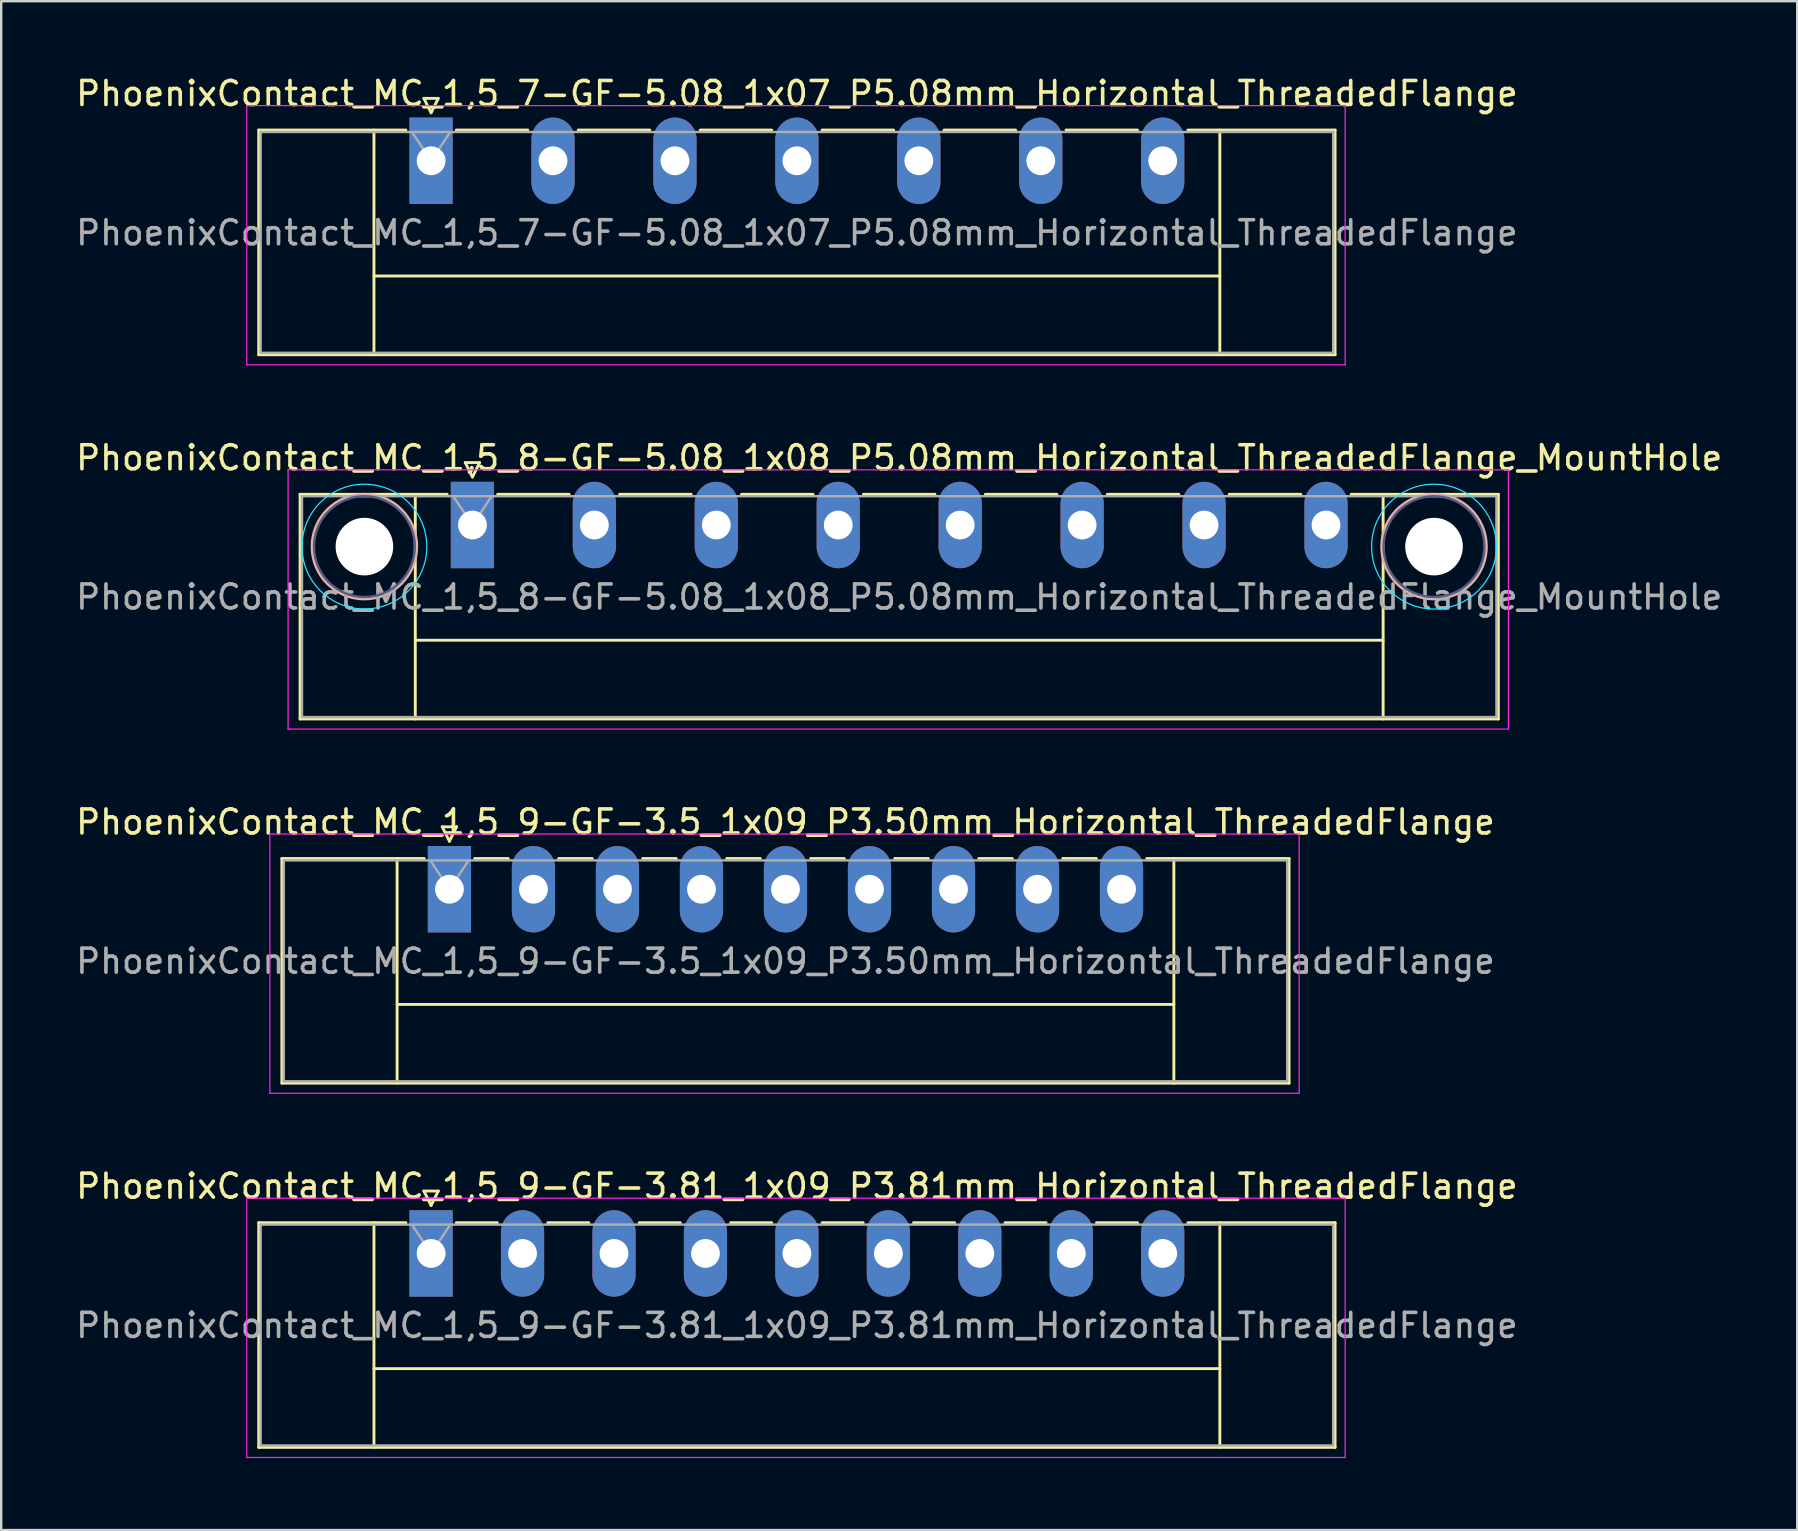
<source format=kicad_pcb>
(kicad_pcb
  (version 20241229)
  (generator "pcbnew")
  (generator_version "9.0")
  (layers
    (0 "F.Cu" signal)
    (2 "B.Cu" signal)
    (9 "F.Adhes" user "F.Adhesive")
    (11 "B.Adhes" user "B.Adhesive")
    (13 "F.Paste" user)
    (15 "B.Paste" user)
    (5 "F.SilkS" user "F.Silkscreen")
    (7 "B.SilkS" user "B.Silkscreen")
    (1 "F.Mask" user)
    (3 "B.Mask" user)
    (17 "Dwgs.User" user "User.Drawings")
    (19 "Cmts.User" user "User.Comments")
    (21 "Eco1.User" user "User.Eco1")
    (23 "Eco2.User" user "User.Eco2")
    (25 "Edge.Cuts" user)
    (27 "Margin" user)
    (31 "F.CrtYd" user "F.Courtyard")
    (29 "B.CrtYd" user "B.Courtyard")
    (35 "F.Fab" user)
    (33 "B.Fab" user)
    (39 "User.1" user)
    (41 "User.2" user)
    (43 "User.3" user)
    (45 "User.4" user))
  (footprint "PhoenixContact_MC_1,5_7-GF-5.08_1x07_P5.08mm_Horizontal_ThreadedFlange"
    (layer "F.Cu")
    (at 14.909 3.648)
    (property "Reference" "PhoenixContact_MC_1,5_7-GF-5.08_1x07_P5.08mm_Horizontal_ThreadedFlange" (at 15.24 -2.8 0) (layer "F.SilkS") (effects (font (size 1 1) (thickness 0.15))))
    (attr through_hole)
    (fp_line (start -7.18 -1.28) (end -7.18 8.08) (stroke (width 0.12) (type solid)) (layer "F.SilkS"))
    (fp_line (start -7.18 -1.28) (end -1.05 -1.28) (stroke (width 0.12) (type solid)) (layer "F.SilkS"))
    (fp_line (start -7.18 8.08) (end 37.66 8.08) (stroke (width 0.12) (type solid)) (layer "F.SilkS"))
    (fp_line (start -2.38 -1.28) (end -2.38 8.08) (stroke (width 0.12) (type solid)) (layer "F.SilkS"))
    (fp_line (start -2.38 4.8) (end 32.86 4.8) (stroke (width 0.12) (type solid)) (layer "F.SilkS"))
    (fp_line (start -0.3 -2.6) (end 0.3 -2.6) (stroke (width 0.12) (type solid)) (layer "F.SilkS"))
    (fp_line (start 0 -2) (end -0.3 -2.6) (stroke (width 0.12) (type solid)) (layer "F.SilkS"))
    (fp_line (start 0.3 -2.6) (end 0 -2) (stroke (width 0.12) (type solid)) (layer "F.SilkS"))
    (fp_line (start 1.05 -1.28) (end 4.03 -1.28) (stroke (width 0.12) (type solid)) (layer "F.SilkS"))
    (fp_line (start 6.13 -1.28) (end 9.11 -1.28) (stroke (width 0.12) (type solid)) (layer "F.SilkS"))
    (fp_line (start 11.21 -1.28) (end 14.19 -1.28) (stroke (width 0.12) (type solid)) (layer "F.SilkS"))
    (fp_line (start 16.29 -1.28) (end 19.27 -1.28) (stroke (width 0.12) (type solid)) (layer "F.SilkS"))
    (fp_line (start 21.37 -1.28) (end 24.35 -1.28) (stroke (width 0.12) (type solid)) (layer "F.SilkS"))
    (fp_line (start 26.45 -1.28) (end 29.43 -1.28) (stroke (width 0.12) (type solid)) (layer "F.SilkS"))
    (fp_line (start 32.86 -1.28) (end 32.86 8.08) (stroke (width 0.12) (type solid)) (layer "F.SilkS"))
    (fp_line (start 37.66 -1.28) (end 31.53 -1.28) (stroke (width 0.12) (type solid)) (layer "F.SilkS"))
    (fp_line (start 37.66 8.08) (end 37.66 -1.28) (stroke (width 0.12) (type solid)) (layer "F.SilkS"))
    (fp_line (start -7.68 -2.3) (end -7.68 8.5) (stroke (width 0.05) (type solid)) (layer "F.CrtYd"))
    (fp_line (start -7.68 8.5) (end 38.08 8.5) (stroke (width 0.05) (type solid)) (layer "F.CrtYd"))
    (fp_line (start 38.08 -2.3) (end -7.68 -2.3) (stroke (width 0.05) (type solid)) (layer "F.CrtYd"))
    (fp_line (start 38.08 8.5) (end 38.08 -2.3) (stroke (width 0.05) (type solid)) (layer "F.CrtYd"))
    (fp_line (start -7.1 -1.2) (end -7.1 8) (stroke (width 0.1) (type solid)) (layer "F.Fab"))
    (fp_line (start -7.1 8) (end 37.58 8) (stroke (width 0.1) (type solid)) (layer "F.Fab"))
    (fp_line (start 0 0) (end -0.8 -1.2) (stroke (width 0.1) (type solid)) (layer "F.Fab"))
    (fp_line (start 0.8 -1.2) (end 0 0) (stroke (width 0.1) (type solid)) (layer "F.Fab"))
    (fp_line (start 37.58 -1.2) (end -7.1 -1.2) (stroke (width 0.1) (type solid)) (layer "F.Fab"))
    (fp_line (start 37.58 8) (end 37.58 -1.2) (stroke (width 0.1) (type solid)) (layer "F.Fab"))
    (fp_text user "${REFERENCE}" (at 15.24 3 0) (layer "F.Fab") (effects (font (size 1 1) (thickness 0.15))))
    (pad "1" thru_hole rect (at 0 0) (size 1.8 3.6) (drill 1.2) (layers "*.Cu" "*.Mask"))
    (pad "2" thru_hole oval (at 5.08 0) (size 1.8 3.6) (drill 1.2) (layers "*.Cu" "*.Mask"))
    (pad "3" thru_hole oval (at 10.16 0) (size 1.8 3.6) (drill 1.2) (layers "*.Cu" "*.Mask"))
    (pad "4" thru_hole oval (at 15.24 0) (size 1.8 3.6) (drill 1.2) (layers "*.Cu" "*.Mask"))
    (pad "5" thru_hole oval (at 20.32 0) (size 1.8 3.6) (drill 1.2) (layers "*.Cu" "*.Mask"))
    (pad "6" thru_hole oval (at 25.4 0) (size 1.8 3.6) (drill 1.2) (layers "*.Cu" "*.Mask"))
    (pad "7" thru_hole oval (at 30.48 0) (size 1.8 3.6) (drill 1.2) (layers "*.Cu" "*.Mask")))
  (footprint "PhoenixContact_MC_1,5_9-GF-3.81_1x09_P3.81mm_Horizontal_ThreadedFlange"
    (layer "F.Cu")
    (at 14.909 49.168)
    (property "Reference" "PhoenixContact_MC_1,5_9-GF-3.81_1x09_P3.81mm_Horizontal_ThreadedFlange" (at 15.24 -2.8 0) (layer "F.SilkS") (effects (font (size 1 1) (thickness 0.15))))
    (attr through_hole)
    (fp_line (start -7.18 -1.28) (end -7.18 8.08) (stroke (width 0.12) (type solid)) (layer "F.SilkS"))
    (fp_line (start -7.18 -1.28) (end -1.05 -1.28) (stroke (width 0.12) (type solid)) (layer "F.SilkS"))
    (fp_line (start -7.18 8.08) (end 37.66 8.08) (stroke (width 0.12) (type solid)) (layer "F.SilkS"))
    (fp_line (start -2.38 -1.28) (end -2.38 8.08) (stroke (width 0.12) (type solid)) (layer "F.SilkS"))
    (fp_line (start -2.38 4.8) (end 32.86 4.8) (stroke (width 0.12) (type solid)) (layer "F.SilkS"))
    (fp_line (start -0.3 -2.6) (end 0.3 -2.6) (stroke (width 0.12) (type solid)) (layer "F.SilkS"))
    (fp_line (start 0 -2) (end -0.3 -2.6) (stroke (width 0.12) (type solid)) (layer "F.SilkS"))
    (fp_line (start 0.3 -2.6) (end 0 -2) (stroke (width 0.12) (type solid)) (layer "F.SilkS"))
    (fp_line (start 1.05 -1.28) (end 2.76 -1.28) (stroke (width 0.12) (type solid)) (layer "F.SilkS"))
    (fp_line (start 4.86 -1.28) (end 6.57 -1.28) (stroke (width 0.12) (type solid)) (layer "F.SilkS"))
    (fp_line (start 8.67 -1.28) (end 10.38 -1.28) (stroke (width 0.12) (type solid)) (layer "F.SilkS"))
    (fp_line (start 12.48 -1.28) (end 14.19 -1.28) (stroke (width 0.12) (type solid)) (layer "F.SilkS"))
    (fp_line (start 16.29 -1.28) (end 18 -1.28) (stroke (width 0.12) (type solid)) (layer "F.SilkS"))
    (fp_line (start 20.1 -1.28) (end 21.81 -1.28) (stroke (width 0.12) (type solid)) (layer "F.SilkS"))
    (fp_line (start 23.91 -1.28) (end 25.62 -1.28) (stroke (width 0.12) (type solid)) (layer "F.SilkS"))
    (fp_line (start 27.72 -1.28) (end 29.43 -1.28) (stroke (width 0.12) (type solid)) (layer "F.SilkS"))
    (fp_line (start 32.86 -1.28) (end 32.86 8.08) (stroke (width 0.12) (type solid)) (layer "F.SilkS"))
    (fp_line (start 37.66 -1.28) (end 31.53 -1.28) (stroke (width 0.12) (type solid)) (layer "F.SilkS"))
    (fp_line (start 37.66 8.08) (end 37.66 -1.28) (stroke (width 0.12) (type solid)) (layer "F.SilkS"))
    (fp_line (start -7.68 -2.3) (end -7.68 8.5) (stroke (width 0.05) (type solid)) (layer "F.CrtYd"))
    (fp_line (start -7.68 8.5) (end 38.08 8.5) (stroke (width 0.05) (type solid)) (layer "F.CrtYd"))
    (fp_line (start 38.08 -2.3) (end -7.68 -2.3) (stroke (width 0.05) (type solid)) (layer "F.CrtYd"))
    (fp_line (start 38.08 8.5) (end 38.08 -2.3) (stroke (width 0.05) (type solid)) (layer "F.CrtYd"))
    (fp_line (start -7.1 -1.2) (end -7.1 8) (stroke (width 0.1) (type solid)) (layer "F.Fab"))
    (fp_line (start -7.1 8) (end 37.58 8) (stroke (width 0.1) (type solid)) (layer "F.Fab"))
    (fp_line (start 0 0) (end -0.8 -1.2) (stroke (width 0.1) (type solid)) (layer "F.Fab"))
    (fp_line (start 0.8 -1.2) (end 0 0) (stroke (width 0.1) (type solid)) (layer "F.Fab"))
    (fp_line (start 37.58 -1.2) (end -7.1 -1.2) (stroke (width 0.1) (type solid)) (layer "F.Fab"))
    (fp_line (start 37.58 8) (end 37.58 -1.2) (stroke (width 0.1) (type solid)) (layer "F.Fab"))
    (fp_text user "${REFERENCE}" (at 15.24 3 0) (layer "F.Fab") (effects (font (size 1 1) (thickness 0.15))))
    (pad "1" thru_hole rect (at 0 0) (size 1.8 3.6) (drill 1.2) (layers "*.Cu" "*.Mask"))
    (pad "2" thru_hole oval (at 3.81 0) (size 1.8 3.6) (drill 1.2) (layers "*.Cu" "*.Mask"))
    (pad "3" thru_hole oval (at 7.62 0) (size 1.8 3.6) (drill 1.2) (layers "*.Cu" "*.Mask"))
    (pad "4" thru_hole oval (at 11.43 0) (size 1.8 3.6) (drill 1.2) (layers "*.Cu" "*.Mask"))
    (pad "5" thru_hole oval (at 15.24 0) (size 1.8 3.6) (drill 1.2) (layers "*.Cu" "*.Mask"))
    (pad "6" thru_hole oval (at 19.05 0) (size 1.8 3.6) (drill 1.2) (layers "*.Cu" "*.Mask"))
    (pad "7" thru_hole oval (at 22.86 0) (size 1.8 3.6) (drill 1.2) (layers "*.Cu" "*.Mask"))
    (pad "8" thru_hole oval (at 26.67 0) (size 1.8 3.6) (drill 1.2) (layers "*.Cu" "*.Mask"))
    (pad "9" thru_hole oval (at 30.48 0) (size 1.8 3.6) (drill 1.2) (layers "*.Cu" "*.Mask")))
  (footprint "PhoenixContact_MC_1,5_8-GF-5.08_1x08_P5.08mm_Horizontal_ThreadedFlange_MountHole"
    (layer "F.Cu")
    (at 16.631 18.822)
    (property "Reference" "PhoenixContact_MC_1,5_8-GF-5.08_1x08_P5.08mm_Horizontal_ThreadedFlange_MountHole" (at 17.78 -2.8 0) (layer "F.SilkS") (effects (font (size 1 1) (thickness 0.15))))
    (attr through_hole)
    (fp_line (start -7.18 -1.28) (end -7.18 8.08) (stroke (width 0.12) (type solid)) (layer "F.SilkS"))
    (fp_line (start -7.18 -1.28) (end -1.05 -1.28) (stroke (width 0.12) (type solid)) (layer "F.SilkS"))
    (fp_line (start -7.18 8.08) (end 42.74 8.08) (stroke (width 0.12) (type solid)) (layer "F.SilkS"))
    (fp_line (start -2.38 -1.28) (end -2.38 8.08) (stroke (width 0.12) (type solid)) (layer "F.SilkS"))
    (fp_line (start -2.38 4.8) (end 37.94 4.8) (stroke (width 0.12) (type solid)) (layer "F.SilkS"))
    (fp_line (start -0.3 -2.6) (end 0.3 -2.6) (stroke (width 0.12) (type solid)) (layer "F.SilkS"))
    (fp_line (start 0 -2) (end -0.3 -2.6) (stroke (width 0.12) (type solid)) (layer "F.SilkS"))
    (fp_line (start 0.3 -2.6) (end 0 -2) (stroke (width 0.12) (type solid)) (layer "F.SilkS"))
    (fp_line (start 1.05 -1.28) (end 4.03 -1.28) (stroke (width 0.12) (type solid)) (layer "F.SilkS"))
    (fp_line (start 6.13 -1.28) (end 9.11 -1.28) (stroke (width 0.12) (type solid)) (layer "F.SilkS"))
    (fp_line (start 11.21 -1.28) (end 14.19 -1.28) (stroke (width 0.12) (type solid)) (layer "F.SilkS"))
    (fp_line (start 16.29 -1.28) (end 19.27 -1.28) (stroke (width 0.12) (type solid)) (layer "F.SilkS"))
    (fp_line (start 21.37 -1.28) (end 24.35 -1.28) (stroke (width 0.12) (type solid)) (layer "F.SilkS"))
    (fp_line (start 26.45 -1.28) (end 29.43 -1.28) (stroke (width 0.12) (type solid)) (layer "F.SilkS"))
    (fp_line (start 31.53 -1.28) (end 34.51 -1.28) (stroke (width 0.12) (type solid)) (layer "F.SilkS"))
    (fp_line (start 37.94 -1.28) (end 37.94 8.08) (stroke (width 0.12) (type solid)) (layer "F.SilkS"))
    (fp_line (start 42.74 -1.28) (end 36.61 -1.28) (stroke (width 0.12) (type solid)) (layer "F.SilkS"))
    (fp_line (start 42.74 8.08) (end 42.74 -1.28) (stroke (width 0.12) (type solid)) (layer "F.SilkS"))
    (fp_circle (center -4.5 0.9) (end -2.32 0.9) (stroke (width 0.12) (type solid)) (fill no) (layer "B.SilkS"))
    (fp_circle (center 40.06 0.9) (end 42.24 0.9) (stroke (width 0.12) (type solid)) (fill no) (layer "B.SilkS"))
    (fp_circle (center -4.5 0.9) (end -1.9 0.9) (stroke (width 0.05) (type solid)) (fill no) (layer "B.CrtYd"))
    (fp_circle (center 40.06 0.9) (end 42.66 0.9) (stroke (width 0.05) (type solid)) (fill no) (layer "B.CrtYd"))
    (fp_line (start -7.68 -2.3) (end -7.68 8.5) (stroke (width 0.05) (type solid)) (layer "F.CrtYd"))
    (fp_line (start -7.68 8.5) (end 43.16 8.5) (stroke (width 0.05) (type solid)) (layer "F.CrtYd"))
    (fp_line (start 43.16 -2.3) (end -7.68 -2.3) (stroke (width 0.05) (type solid)) (layer "F.CrtYd"))
    (fp_line (start 43.16 8.5) (end 43.16 -2.3) (stroke (width 0.05) (type solid)) (layer "F.CrtYd"))
    (fp_circle (center -4.5 0.9) (end -2.4 0.9) (stroke (width 0.1) (type solid)) (fill no) (layer "B.Fab"))
    (fp_circle (center 40.06 0.9) (end 42.16 0.9) (stroke (width 0.1) (type solid)) (fill no) (layer "B.Fab"))
    (fp_line (start -7.1 -1.2) (end -7.1 8) (stroke (width 0.1) (type solid)) (layer "F.Fab"))
    (fp_line (start -7.1 8) (end 42.66 8) (stroke (width 0.1) (type solid)) (layer "F.Fab"))
    (fp_line (start 0 0) (end -0.8 -1.2) (stroke (width 0.1) (type solid)) (layer "F.Fab"))
    (fp_line (start 0.8 -1.2) (end 0 0) (stroke (width 0.1) (type solid)) (layer "F.Fab"))
    (fp_line (start 42.66 -1.2) (end -7.1 -1.2) (stroke (width 0.1) (type solid)) (layer "F.Fab"))
    (fp_line (start 42.66 8) (end 42.66 -1.2) (stroke (width 0.1) (type solid)) (layer "F.Fab"))
    (fp_text user "${REFERENCE}" (at 17.78 3 0) (layer "F.Fab") (effects (font (size 1 1) (thickness 0.15))))
    (pad "" np_thru_hole circle (at -4.5 0.9) (size 2.4 2.4) (drill 2.4) (layers "*.Cu" "*.Mask"))
    (pad "" np_thru_hole circle (at 40.06 0.9) (size 2.4 2.4) (drill 2.4) (layers "*.Cu" "*.Mask"))
    (pad "1" thru_hole rect (at 0 0) (size 1.8 3.6) (drill 1.2) (layers "*.Cu" "*.Mask"))
    (pad "2" thru_hole oval (at 5.08 0) (size 1.8 3.6) (drill 1.2) (layers "*.Cu" "*.Mask"))
    (pad "3" thru_hole oval (at 10.16 0) (size 1.8 3.6) (drill 1.2) (layers "*.Cu" "*.Mask"))
    (pad "4" thru_hole oval (at 15.24 0) (size 1.8 3.6) (drill 1.2) (layers "*.Cu" "*.Mask"))
    (pad "5" thru_hole oval (at 20.32 0) (size 1.8 3.6) (drill 1.2) (layers "*.Cu" "*.Mask"))
    (pad "6" thru_hole oval (at 25.4 0) (size 1.8 3.6) (drill 1.2) (layers "*.Cu" "*.Mask"))
    (pad "7" thru_hole oval (at 30.48 0) (size 1.8 3.6) (drill 1.2) (layers "*.Cu" "*.Mask"))
    (pad "8" thru_hole oval (at 35.56 0) (size 1.8 3.6) (drill 1.2) (layers "*.Cu" "*.Mask")))
  (footprint "PhoenixContact_MC_1,5_9-GF-3.5_1x09_P3.50mm_Horizontal_ThreadedFlange"
    (layer "F.Cu")
    (at 15.673 33.995)
    (property "Reference" "PhoenixContact_MC_1,5_9-GF-3.5_1x09_P3.50mm_Horizontal_ThreadedFlange" (at 14 -2.8 0) (layer "F.SilkS") (effects (font (size 1 1) (thickness 0.15))))
    (attr through_hole)
    (fp_line (start -6.98 -1.28) (end -6.98 8.08) (stroke (width 0.12) (type solid)) (layer "F.SilkS"))
    (fp_line (start -6.98 -1.28) (end -1.05 -1.28) (stroke (width 0.12) (type solid)) (layer "F.SilkS"))
    (fp_line (start -6.98 8.08) (end 34.98 8.08) (stroke (width 0.12) (type solid)) (layer "F.SilkS"))
    (fp_line (start -2.18 -1.28) (end -2.18 8.08) (stroke (width 0.12) (type solid)) (layer "F.SilkS"))
    (fp_line (start -2.18 4.8) (end 30.18 4.8) (stroke (width 0.12) (type solid)) (layer "F.SilkS"))
    (fp_line (start -0.3 -2.6) (end 0.3 -2.6) (stroke (width 0.12) (type solid)) (layer "F.SilkS"))
    (fp_line (start 0 -2) (end -0.3 -2.6) (stroke (width 0.12) (type solid)) (layer "F.SilkS"))
    (fp_line (start 0.3 -2.6) (end 0 -2) (stroke (width 0.12) (type solid)) (layer "F.SilkS"))
    (fp_line (start 1.05 -1.28) (end 2.45 -1.28) (stroke (width 0.12) (type solid)) (layer "F.SilkS"))
    (fp_line (start 4.55 -1.28) (end 5.95 -1.28) (stroke (width 0.12) (type solid)) (layer "F.SilkS"))
    (fp_line (start 8.05 -1.28) (end 9.45 -1.28) (stroke (width 0.12) (type solid)) (layer "F.SilkS"))
    (fp_line (start 11.55 -1.28) (end 12.95 -1.28) (stroke (width 0.12) (type solid)) (layer "F.SilkS"))
    (fp_line (start 15.05 -1.28) (end 16.45 -1.28) (stroke (width 0.12) (type solid)) (layer "F.SilkS"))
    (fp_line (start 18.55 -1.28) (end 19.95 -1.28) (stroke (width 0.12) (type solid)) (layer "F.SilkS"))
    (fp_line (start 22.05 -1.28) (end 23.45 -1.28) (stroke (width 0.12) (type solid)) (layer "F.SilkS"))
    (fp_line (start 25.55 -1.28) (end 26.95 -1.28) (stroke (width 0.12) (type solid)) (layer "F.SilkS"))
    (fp_line (start 30.18 -1.28) (end 30.18 8.08) (stroke (width 0.12) (type solid)) (layer "F.SilkS"))
    (fp_line (start 34.98 -1.28) (end 29.05 -1.28) (stroke (width 0.12) (type solid)) (layer "F.SilkS"))
    (fp_line (start 34.98 8.08) (end 34.98 -1.28) (stroke (width 0.12) (type solid)) (layer "F.SilkS"))
    (fp_line (start -7.48 -2.3) (end -7.48 8.5) (stroke (width 0.05) (type solid)) (layer "F.CrtYd"))
    (fp_line (start -7.48 8.5) (end 35.4 8.5) (stroke (width 0.05) (type solid)) (layer "F.CrtYd"))
    (fp_line (start 35.4 -2.3) (end -7.48 -2.3) (stroke (width 0.05) (type solid)) (layer "F.CrtYd"))
    (fp_line (start 35.4 8.5) (end 35.4 -2.3) (stroke (width 0.05) (type solid)) (layer "F.CrtYd"))
    (fp_line (start -6.9 -1.2) (end -6.9 8) (stroke (width 0.1) (type solid)) (layer "F.Fab"))
    (fp_line (start -6.9 8) (end 34.9 8) (stroke (width 0.1) (type solid)) (layer "F.Fab"))
    (fp_line (start 0 0) (end -0.8 -1.2) (stroke (width 0.1) (type solid)) (layer "F.Fab"))
    (fp_line (start 0.8 -1.2) (end 0 0) (stroke (width 0.1) (type solid)) (layer "F.Fab"))
    (fp_line (start 34.9 -1.2) (end -6.9 -1.2) (stroke (width 0.1) (type solid)) (layer "F.Fab"))
    (fp_line (start 34.9 8) (end 34.9 -1.2) (stroke (width 0.1) (type solid)) (layer "F.Fab"))
    (fp_text user "${REFERENCE}" (at 14 3 0) (layer "F.Fab") (effects (font (size 1 1) (thickness 0.15))))
    (pad "1" thru_hole rect (at 0 0) (size 1.8 3.6) (drill 1.2) (layers "*.Cu" "*.Mask"))
    (pad "2" thru_hole oval (at 3.5 0) (size 1.8 3.6) (drill 1.2) (layers "*.Cu" "*.Mask"))
    (pad "3" thru_hole oval (at 7 0) (size 1.8 3.6) (drill 1.2) (layers "*.Cu" "*.Mask"))
    (pad "4" thru_hole oval (at 10.5 0) (size 1.8 3.6) (drill 1.2) (layers "*.Cu" "*.Mask"))
    (pad "5" thru_hole oval (at 14 0) (size 1.8 3.6) (drill 1.2) (layers "*.Cu" "*.Mask"))
    (pad "6" thru_hole oval (at 17.5 0) (size 1.8 3.6) (drill 1.2) (layers "*.Cu" "*.Mask"))
    (pad "7" thru_hole oval (at 21 0) (size 1.8 3.6) (drill 1.2) (layers "*.Cu" "*.Mask"))
    (pad "8" thru_hole oval (at 24.5 0) (size 1.8 3.6) (drill 1.2) (layers "*.Cu" "*.Mask"))
    (pad "9" thru_hole oval (at 28 0) (size 1.8 3.6) (drill 1.2) (layers "*.Cu" "*.Mask")))
  (gr_rect
    (start -3 -3)
    (end 71.821 60.693)
    (stroke (width 0.1) (type default))
    (fill no)
    (layer "Edge.Cuts")))
</source>
